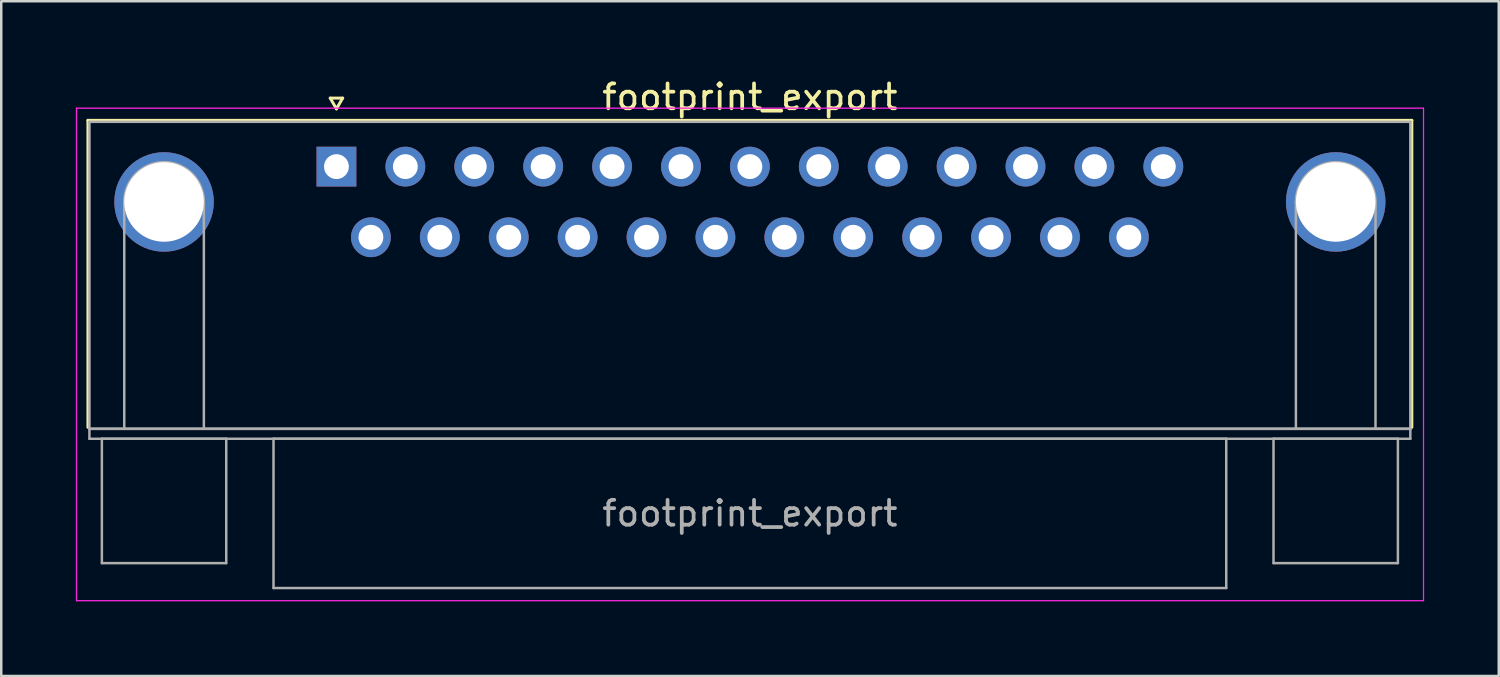
<source format=kicad_pcb>
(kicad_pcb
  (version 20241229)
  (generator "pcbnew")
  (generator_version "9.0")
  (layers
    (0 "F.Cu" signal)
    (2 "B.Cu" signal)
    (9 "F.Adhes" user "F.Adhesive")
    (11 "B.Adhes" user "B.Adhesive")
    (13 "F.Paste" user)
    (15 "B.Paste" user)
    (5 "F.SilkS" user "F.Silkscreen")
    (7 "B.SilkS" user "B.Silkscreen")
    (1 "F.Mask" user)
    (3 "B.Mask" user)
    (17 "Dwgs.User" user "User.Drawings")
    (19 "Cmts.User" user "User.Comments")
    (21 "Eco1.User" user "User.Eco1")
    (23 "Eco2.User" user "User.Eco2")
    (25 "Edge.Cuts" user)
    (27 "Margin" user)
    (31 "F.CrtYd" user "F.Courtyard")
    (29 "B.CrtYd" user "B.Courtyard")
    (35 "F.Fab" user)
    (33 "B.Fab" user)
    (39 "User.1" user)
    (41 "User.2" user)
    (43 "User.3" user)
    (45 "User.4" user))
  (footprint "footprint_export"
    (layer "F.Cu")
    (at 10.475 3.648)
    (property "Reference" "footprint_export" (at 16.62 -2.8 0) (layer "F.SilkS") (effects (font (size 1 1) (thickness 0.15))))
    (attr through_hole)
    (fp_line (start -9.99 -1.86) (end 43.23 -1.86) (stroke (width 0.12) (type solid)) (layer "F.SilkS"))
    (fp_line (start -9.99 10.48) (end -9.99 -1.86) (stroke (width 0.12) (type solid)) (layer "F.SilkS"))
    (fp_line (start -0.25 -2.754) (end 0.25 -2.754) (stroke (width 0.12) (type solid)) (layer "F.SilkS"))
    (fp_line (start 0 -2.321) (end -0.25 -2.754) (stroke (width 0.12) (type solid)) (layer "F.SilkS"))
    (fp_line (start 0.25 -2.754) (end 0 -2.321) (stroke (width 0.12) (type solid)) (layer "F.SilkS"))
    (fp_line (start 43.23 -1.86) (end 43.23 10.48) (stroke (width 0.12) (type solid)) (layer "F.SilkS"))
    (fp_line (start -10.45 -2.35) (end -10.45 17.45) (stroke (width 0.05) (type solid)) (layer "F.CrtYd"))
    (fp_line (start -10.45 17.45) (end 43.7 17.45) (stroke (width 0.05) (type solid)) (layer "F.CrtYd"))
    (fp_line (start 43.7 -2.35) (end -10.45 -2.35) (stroke (width 0.05) (type solid)) (layer "F.CrtYd"))
    (fp_line (start 43.7 17.45) (end 43.7 -2.35) (stroke (width 0.05) (type solid)) (layer "F.CrtYd"))
    (fp_line (start -9.93 -1.8) (end -9.93 10.54) (stroke (width 0.1) (type solid)) (layer "F.Fab"))
    (fp_line (start -9.93 10.54) (end -9.93 10.94) (stroke (width 0.1) (type solid)) (layer "F.Fab"))
    (fp_line (start -9.93 10.54) (end 43.17 10.54) (stroke (width 0.1) (type solid)) (layer "F.Fab"))
    (fp_line (start -9.93 10.94) (end 43.17 10.94) (stroke (width 0.1) (type solid)) (layer "F.Fab"))
    (fp_line (start -9.43 10.94) (end -9.43 15.94) (stroke (width 0.1) (type solid)) (layer "F.Fab"))
    (fp_line (start -9.43 15.94) (end -4.43 15.94) (stroke (width 0.1) (type solid)) (layer "F.Fab"))
    (fp_line (start -8.53 10.54) (end -8.53 1.42) (stroke (width 0.1) (type solid)) (layer "F.Fab"))
    (fp_line (start -5.33 10.54) (end -5.33 1.42) (stroke (width 0.1) (type solid)) (layer "F.Fab"))
    (fp_line (start -4.43 10.94) (end -9.43 10.94) (stroke (width 0.1) (type solid)) (layer "F.Fab"))
    (fp_line (start -4.43 15.94) (end -4.43 10.94) (stroke (width 0.1) (type solid)) (layer "F.Fab"))
    (fp_line (start -2.53 10.94) (end -2.53 16.94) (stroke (width 0.1) (type solid)) (layer "F.Fab"))
    (fp_line (start -2.53 16.94) (end 35.77 16.94) (stroke (width 0.1) (type solid)) (layer "F.Fab"))
    (fp_line (start 35.77 10.94) (end -2.53 10.94) (stroke (width 0.1) (type solid)) (layer "F.Fab"))
    (fp_line (start 35.77 16.94) (end 35.77 10.94) (stroke (width 0.1) (type solid)) (layer "F.Fab"))
    (fp_line (start 37.67 10.94) (end 37.67 15.94) (stroke (width 0.1) (type solid)) (layer "F.Fab"))
    (fp_line (start 37.67 15.94) (end 42.67 15.94) (stroke (width 0.1) (type solid)) (layer "F.Fab"))
    (fp_line (start 38.57 10.54) (end 38.57 1.42) (stroke (width 0.1) (type solid)) (layer "F.Fab"))
    (fp_line (start 41.77 10.54) (end 41.77 1.42) (stroke (width 0.1) (type solid)) (layer "F.Fab"))
    (fp_line (start 42.67 10.94) (end 37.67 10.94) (stroke (width 0.1) (type solid)) (layer "F.Fab"))
    (fp_line (start 42.67 15.94) (end 42.67 10.94) (stroke (width 0.1) (type solid)) (layer "F.Fab"))
    (fp_line (start 43.17 -1.8) (end -9.93 -1.8) (stroke (width 0.1) (type solid)) (layer "F.Fab"))
    (fp_line (start 43.17 10.54) (end -9.93 10.54) (stroke (width 0.1) (type solid)) (layer "F.Fab"))
    (fp_line (start 43.17 10.54) (end 43.17 -1.8) (stroke (width 0.1) (type solid)) (layer "F.Fab"))
    (fp_line (start 43.17 10.94) (end 43.17 10.54) (stroke (width 0.1) (type solid)) (layer "F.Fab"))
    (fp_arc (start -8.53 1.42) (mid -6.93 -0.18) (end -5.33 1.42) (stroke (width 0.1) (type solid)) (layer "F.Fab"))
    (fp_arc (start 38.57 1.42) (mid 40.17 -0.18) (end 41.77 1.42) (stroke (width 0.1) (type solid)) (layer "F.Fab"))
    (fp_text user "${REFERENCE}" (at 16.62 13.94 0) (layer "F.Fab") (effects (font (size 1 1) (thickness 0.15))))
    (pad "0" thru_hole circle (at -6.93 1.42) (size 4 4) (drill 3.2) (layers "*.Cu" "*.Mask"))
    (pad "0" thru_hole circle (at 40.17 1.42) (size 4 4) (drill 3.2) (layers "*.Cu" "*.Mask"))
    (pad "1" thru_hole rect (at 0 0) (size 1.6 1.6) (drill 1) (layers "*.Cu" "*.Mask"))
    (pad "2" thru_hole circle (at 2.77 0) (size 1.6 1.6) (drill 1) (layers "*.Cu" "*.Mask"))
    (pad "3" thru_hole circle (at 5.54 0) (size 1.6 1.6) (drill 1) (layers "*.Cu" "*.Mask"))
    (pad "4" thru_hole circle (at 8.31 0) (size 1.6 1.6) (drill 1) (layers "*.Cu" "*.Mask"))
    (pad "5" thru_hole circle (at 11.08 0) (size 1.6 1.6) (drill 1) (layers "*.Cu" "*.Mask"))
    (pad "6" thru_hole circle (at 13.85 0) (size 1.6 1.6) (drill 1) (layers "*.Cu" "*.Mask"))
    (pad "7" thru_hole circle (at 16.62 0) (size 1.6 1.6) (drill 1) (layers "*.Cu" "*.Mask"))
    (pad "8" thru_hole circle (at 19.39 0) (size 1.6 1.6) (drill 1) (layers "*.Cu" "*.Mask"))
    (pad "9" thru_hole circle (at 22.16 0) (size 1.6 1.6) (drill 1) (layers "*.Cu" "*.Mask"))
    (pad "10" thru_hole circle (at 24.93 0) (size 1.6 1.6) (drill 1) (layers "*.Cu" "*.Mask"))
    (pad "11" thru_hole circle (at 27.7 0) (size 1.6 1.6) (drill 1) (layers "*.Cu" "*.Mask"))
    (pad "12" thru_hole circle (at 30.47 0) (size 1.6 1.6) (drill 1) (layers "*.Cu" "*.Mask"))
    (pad "13" thru_hole circle (at 33.24 0) (size 1.6 1.6) (drill 1) (layers "*.Cu" "*.Mask"))
    (pad "14" thru_hole circle (at 1.385 2.84) (size 1.6 1.6) (drill 1) (layers "*.Cu" "*.Mask"))
    (pad "15" thru_hole circle (at 4.155 2.84) (size 1.6 1.6) (drill 1) (layers "*.Cu" "*.Mask"))
    (pad "16" thru_hole circle (at 6.925 2.84) (size 1.6 1.6) (drill 1) (layers "*.Cu" "*.Mask"))
    (pad "17" thru_hole circle (at 9.695 2.84) (size 1.6 1.6) (drill 1) (layers "*.Cu" "*.Mask"))
    (pad "18" thru_hole circle (at 12.465 2.84) (size 1.6 1.6) (drill 1) (layers "*.Cu" "*.Mask"))
    (pad "19" thru_hole circle (at 15.235 2.84) (size 1.6 1.6) (drill 1) (layers "*.Cu" "*.Mask"))
    (pad "20" thru_hole circle (at 18.005 2.84) (size 1.6 1.6) (drill 1) (layers "*.Cu" "*.Mask"))
    (pad "21" thru_hole circle (at 20.775 2.84) (size 1.6 1.6) (drill 1) (layers "*.Cu" "*.Mask"))
    (pad "22" thru_hole circle (at 23.545 2.84) (size 1.6 1.6) (drill 1) (layers "*.Cu" "*.Mask"))
    (pad "23" thru_hole circle (at 26.315 2.84) (size 1.6 1.6) (drill 1) (layers "*.Cu" "*.Mask"))
    (pad "24" thru_hole circle (at 29.085 2.84) (size 1.6 1.6) (drill 1) (layers "*.Cu" "*.Mask"))
    (pad "25" thru_hole circle (at 31.855 2.84) (size 1.6 1.6) (drill 1) (layers "*.Cu" "*.Mask")))
  (gr_rect
    (start -3 -3)
    (end 57.2 24.123)
    (stroke (width 0.1) (type default))
    (fill no)
    (layer "Edge.Cuts")))
</source>
